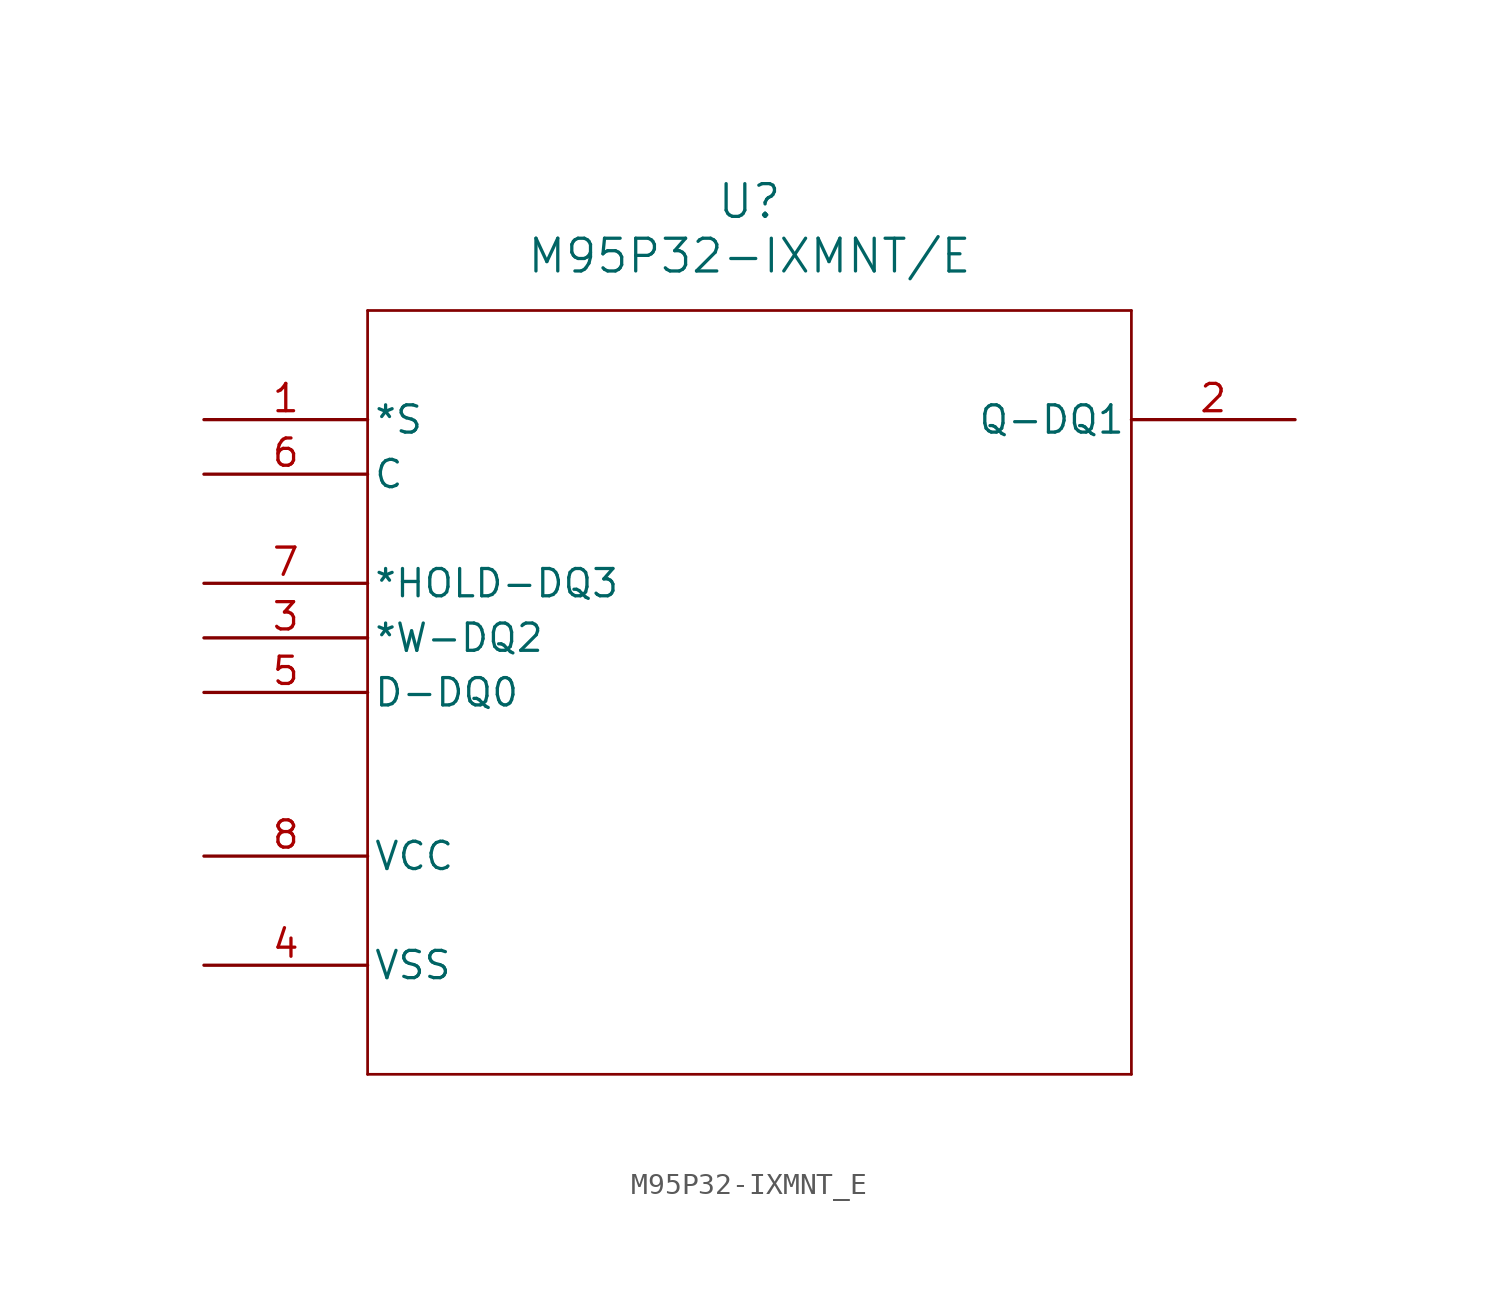
<source format=kicad_sym>
(kicad_symbol_lib
  (version 20220914)
  (generator kicad_symbol_editor)
  (symbol "M95P32-IXMNT_E"
    (pin_names
      (offset 0.254))
    (property "Reference" "U"
      (at 25.4 10.16 0)
      (effects (font (size 1.524 1.524))))
    (property "Value" "M95P32-IXMNT/E"
      (at 25.4 7.62 0)
      (effects (font (size 1.524 1.524))))
    (property "ki_locked" ""
      (at 0 0 0)
      (effects (font (size 1.27 1.27))))
    (symbol "M95P32-IXMNT_E_0_1"
      (polyline (pts (xy 7.62 -30.48) (xy 43.18 -30.48)) (stroke (width 0.127) (type default)) (fill (type none)))
      (polyline (pts (xy 7.62 5.08) (xy 7.62 -30.48)) (stroke (width 0.127) (type default)) (fill (type none)))
      (polyline (pts (xy 43.18 -30.48) (xy 43.18 5.08)) (stroke (width 0.127) (type default)) (fill (type none)))
      (polyline (pts (xy 43.18 5.08) (xy 7.62 5.08)) (stroke (width 0.127) (type default)) (fill (type none)))
      (pin input line (at 0 0 0) (length 7.62) (name "*S" (effects (font (size 1.27 1.27)))) (number "1" (effects (font (size 1.27 1.27)))))
      (pin output line (at 50.8 0 180) (length 7.62) (name "Q-DQ1" (effects (font (size 1.27 1.27)))) (number "2" (effects (font (size 1.27 1.27)))))
      (pin bidirectional line (at 0 -10.16 0) (length 7.62) (name "*W-DQ2" (effects (font (size 1.27 1.27)))) (number "3" (effects (font (size 1.27 1.27)))))
      (pin power_out line (at 0 -25.4 0) (length 7.62) (name "VSS" (effects (font (size 1.27 1.27)))) (number "4" (effects (font (size 1.27 1.27)))))
      (pin bidirectional line (at 0 -12.7 0) (length 7.62) (name "D-DQ0" (effects (font (size 1.27 1.27)))) (number "5" (effects (font (size 1.27 1.27)))))
      (pin input line (at 0 -2.54 0) (length 7.62) (name "C" (effects (font (size 1.27 1.27)))) (number "6" (effects (font (size 1.27 1.27)))))
      (pin bidirectional line (at 0 -7.62 0) (length 7.62) (name "*HOLD-DQ3" (effects (font (size 1.27 1.27)))) (number "7" (effects (font (size 1.27 1.27)))))
      (pin power_in line (at 0 -20.32 0) (length 7.62) (name "VCC" (effects (font (size 1.27 1.27)))) (number "8" (effects (font (size 1.27 1.27))))))))
</source>
